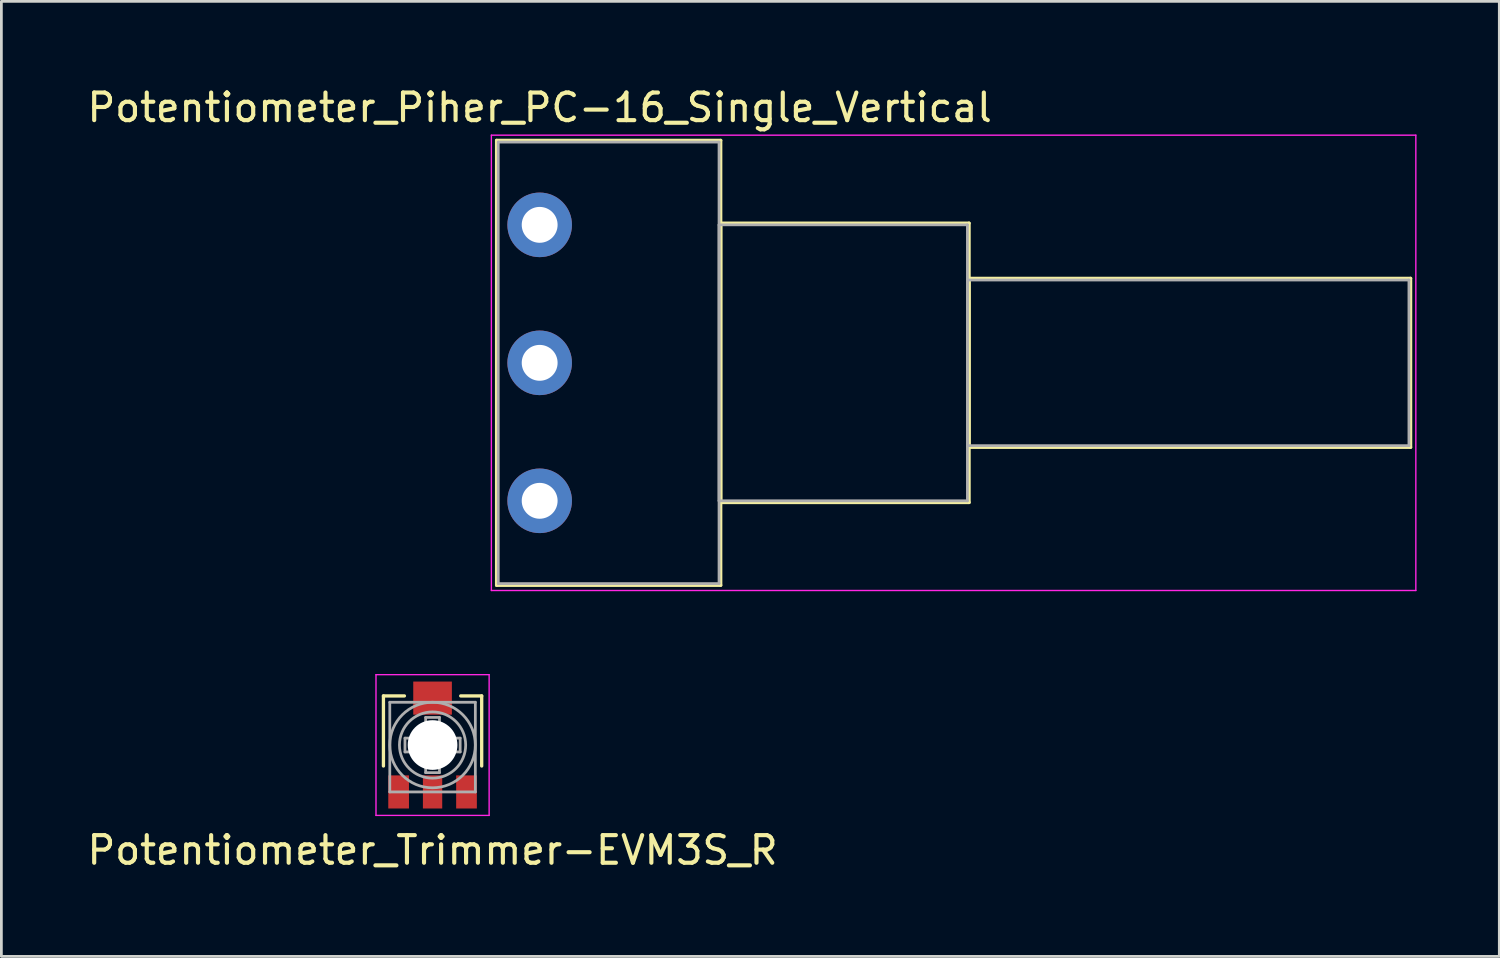
<source format=kicad_pcb>
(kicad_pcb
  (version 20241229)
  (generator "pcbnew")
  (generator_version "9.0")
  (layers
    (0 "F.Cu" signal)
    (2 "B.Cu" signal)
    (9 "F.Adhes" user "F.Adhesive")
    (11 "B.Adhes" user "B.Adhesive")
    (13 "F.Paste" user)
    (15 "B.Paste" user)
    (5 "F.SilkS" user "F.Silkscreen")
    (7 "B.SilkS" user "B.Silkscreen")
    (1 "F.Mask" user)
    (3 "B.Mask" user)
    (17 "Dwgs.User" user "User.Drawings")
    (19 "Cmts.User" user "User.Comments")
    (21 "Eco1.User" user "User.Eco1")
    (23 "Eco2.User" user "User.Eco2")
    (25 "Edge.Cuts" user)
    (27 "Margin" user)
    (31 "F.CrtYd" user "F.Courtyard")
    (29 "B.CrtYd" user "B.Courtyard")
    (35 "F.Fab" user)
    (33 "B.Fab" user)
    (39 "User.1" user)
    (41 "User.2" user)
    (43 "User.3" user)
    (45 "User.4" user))
  (footprint "Potentiometer_Trimmer-EVM3S_R"
    (layer "F.Cu")
    (at 12.625 23.948)
    (property "Reference" "Potentiometer_Trimmer-EVM3S_R" (at 0 3.81 0) (layer "F.SilkS") (effects (font (size 1 1) (thickness 0.15))))
    (attr smd)
    (fp_line (start -1.78 -1.78) (end -1.02 -1.78) (stroke (width 0.12) (type solid)) (layer "F.SilkS"))
    (fp_line (start -1.78 0.76) (end -1.78 -1.78) (stroke (width 0.12) (type solid)) (layer "F.SilkS"))
    (fp_line (start 1.02 -1.78) (end 1.78 -1.78) (stroke (width 0.12) (type solid)) (layer "F.SilkS"))
    (fp_line (start 1.78 -1.78) (end 1.78 0.76) (stroke (width 0.12) (type solid)) (layer "F.SilkS"))
    (fp_line (start -2.05 -2.55) (end 2.05 -2.55) (stroke (width 0.05) (type solid)) (layer "F.CrtYd"))
    (fp_line (start -2.05 2.55) (end -2.05 -2.55) (stroke (width 0.05) (type solid)) (layer "F.CrtYd"))
    (fp_line (start 2.05 -2.55) (end 2.05 2.55) (stroke (width 0.05) (type solid)) (layer "F.CrtYd"))
    (fp_line (start 2.05 2.55) (end -2.05 2.55) (stroke (width 0.05) (type solid)) (layer "F.CrtYd"))
    (fp_line (start -1.55 -1.55) (end 1.55 -1.55) (stroke (width 0.1) (type solid)) (layer "F.Fab"))
    (fp_line (start -1.55 1.7) (end -1.55 -1.55) (stroke (width 0.1) (type solid)) (layer "F.Fab"))
    (fp_line (start -1 -0.25) (end -0.25 -0.25) (stroke (width 0.1) (type solid)) (layer "F.Fab"))
    (fp_line (start -1 0.25) (end -1 -0.25) (stroke (width 0.1) (type solid)) (layer "F.Fab"))
    (fp_line (start -0.25 -1) (end 0.25 -1) (stroke (width 0.1) (type solid)) (layer "F.Fab"))
    (fp_line (start -0.25 -0.25) (end -0.25 -1) (stroke (width 0.1) (type solid)) (layer "F.Fab"))
    (fp_line (start -0.25 0.25) (end -1 0.25) (stroke (width 0.1) (type solid)) (layer "F.Fab"))
    (fp_line (start -0.25 1) (end -0.25 0.25) (stroke (width 0.1) (type solid)) (layer "F.Fab"))
    (fp_line (start 0.25 -1) (end 0.25 -0.25) (stroke (width 0.1) (type solid)) (layer "F.Fab"))
    (fp_line (start 0.25 -0.25) (end 1 -0.25) (stroke (width 0.1) (type solid)) (layer "F.Fab"))
    (fp_line (start 0.25 0.25) (end 0.25 1) (stroke (width 0.1) (type solid)) (layer "F.Fab"))
    (fp_line (start 0.25 1) (end -0.25 1) (stroke (width 0.1) (type solid)) (layer "F.Fab"))
    (fp_line (start 1 -0.25) (end 1 0.25) (stroke (width 0.1) (type solid)) (layer "F.Fab"))
    (fp_line (start 1 0.25) (end 0.25 0.25) (stroke (width 0.1) (type solid)) (layer "F.Fab"))
    (fp_line (start 1.55 -1.55) (end 1.55 1.7) (stroke (width 0.1) (type solid)) (layer "F.Fab"))
    (fp_line (start 1.55 1.7) (end -1.55 1.7) (stroke (width 0.1) (type solid)) (layer "F.Fab"))
    (fp_circle (center 0 0) (end 0 -1.55) (stroke (width 0.1) (type solid)) (fill no) (layer "F.Fab"))
    (fp_circle (center 0 0) (end 0 -1.2) (stroke (width 0.1) (type solid)) (fill no) (layer "F.Fab"))
    (fp_circle (center 0 0) (end 0 -0.25) (stroke (width 0.1) (type solid)) (fill no) (layer "F.Fab"))
    (pad "" smd rect (at 0 -1.7) (size 1.4 1.2) (layers "F.Cu" "F.Mask" "F.Paste"))
    (pad "" np_thru_hole circle (at 0 0) (size 1.8 1.8) (drill 1.8) (layers "*.Cu" "*.Mask"))
    (pad "1" smd rect (at -1.23 1.7) (size 0.75 1.2) (layers "F.Cu" "F.Mask" "F.Paste"))
    (pad "2" smd rect (at 0 1.7) (size 0.7 1.2) (layers "F.Cu" "F.Mask" "F.Paste"))
    (pad "3" smd rect (at 1.23 1.7) (size 0.75 1.2) (layers "F.Cu" "F.Mask" "F.Paste")))
  (footprint "Potentiometer_Piher_PC-16_Single_Vertical"
    (layer "F.Cu")
    (at 16.506 15.098)
    (property "Reference" "Potentiometer_Piher_PC-16_Single_Vertical" (at 0 -14.25 0) (layer "F.SilkS") (effects (font (size 1 1) (thickness 0.15))))
    (attr through_hole)
    (fp_line (start -1.56 -13.06) (end -1.56 3.06) (stroke (width 0.12) (type solid)) (layer "F.SilkS"))
    (fp_line (start -1.56 -13.06) (end 6.56 -13.06) (stroke (width 0.12) (type solid)) (layer "F.SilkS"))
    (fp_line (start -1.56 3.06) (end 6.56 3.06) (stroke (width 0.12) (type solid)) (layer "F.SilkS"))
    (fp_line (start 6.56 -13.06) (end 6.56 3.06) (stroke (width 0.12) (type solid)) (layer "F.SilkS"))
    (fp_line (start 6.56 -10.06) (end 6.56 0.06) (stroke (width 0.12) (type solid)) (layer "F.SilkS"))
    (fp_line (start 6.56 -10.06) (end 15.56 -10.06) (stroke (width 0.12) (type solid)) (layer "F.SilkS"))
    (fp_line (start 6.56 0.06) (end 15.56 0.06) (stroke (width 0.12) (type solid)) (layer "F.SilkS"))
    (fp_line (start 15.56 -10.06) (end 15.56 0.06) (stroke (width 0.12) (type solid)) (layer "F.SilkS"))
    (fp_line (start 15.56 -8.06) (end 15.56 -1.94) (stroke (width 0.12) (type solid)) (layer "F.SilkS"))
    (fp_line (start 15.56 -8.06) (end 31.56 -8.06) (stroke (width 0.12) (type solid)) (layer "F.SilkS"))
    (fp_line (start 15.56 -1.94) (end 31.56 -1.94) (stroke (width 0.12) (type solid)) (layer "F.SilkS"))
    (fp_line (start 31.56 -8.06) (end 31.56 -1.94) (stroke (width 0.12) (type solid)) (layer "F.SilkS"))
    (fp_line (start -1.75 -13.25) (end -1.75 3.25) (stroke (width 0.05) (type solid)) (layer "F.CrtYd"))
    (fp_line (start -1.75 3.25) (end 31.75 3.25) (stroke (width 0.05) (type solid)) (layer "F.CrtYd"))
    (fp_line (start 31.75 -13.25) (end -1.75 -13.25) (stroke (width 0.05) (type solid)) (layer "F.CrtYd"))
    (fp_line (start 31.75 3.25) (end 31.75 -13.25) (stroke (width 0.05) (type solid)) (layer "F.CrtYd"))
    (fp_line (start -1.5 -13) (end -1.5 3) (stroke (width 0.1) (type solid)) (layer "F.Fab"))
    (fp_line (start -1.5 3) (end 6.5 3) (stroke (width 0.1) (type solid)) (layer "F.Fab"))
    (fp_line (start 6.5 -13) (end -1.5 -13) (stroke (width 0.1) (type solid)) (layer "F.Fab"))
    (fp_line (start 6.5 -10) (end 6.5 0) (stroke (width 0.1) (type solid)) (layer "F.Fab"))
    (fp_line (start 6.5 0) (end 15.5 0) (stroke (width 0.1) (type solid)) (layer "F.Fab"))
    (fp_line (start 6.5 3) (end 6.5 -13) (stroke (width 0.1) (type solid)) (layer "F.Fab"))
    (fp_line (start 15.5 -10) (end 6.5 -10) (stroke (width 0.1) (type solid)) (layer "F.Fab"))
    (fp_line (start 15.5 -8) (end 15.5 -2) (stroke (width 0.1) (type solid)) (layer "F.Fab"))
    (fp_line (start 15.5 -2) (end 31.5 -2) (stroke (width 0.1) (type solid)) (layer "F.Fab"))
    (fp_line (start 15.5 0) (end 15.5 -10) (stroke (width 0.1) (type solid)) (layer "F.Fab"))
    (fp_line (start 31.5 -8) (end 15.5 -8) (stroke (width 0.1) (type solid)) (layer "F.Fab"))
    (fp_line (start 31.5 -2) (end 31.5 -8) (stroke (width 0.1) (type solid)) (layer "F.Fab"))
    (pad "1" thru_hole circle (at 0 0) (size 2.34 2.34) (drill 1.3) (layers "*.Cu" "*.Mask"))
    (pad "2" thru_hole circle (at 0 -5) (size 2.34 2.34) (drill 1.3) (layers "*.Cu" "*.Mask"))
    (pad "3" thru_hole circle (at 0 -10) (size 2.34 2.34) (drill 1.3) (layers "*.Cu" "*.Mask")))
  (gr_rect
    (start -3 -3)
    (end 51.281 31.607)
    (stroke (width 0.1) (type default))
    (fill no)
    (layer "Edge.Cuts")))
</source>
